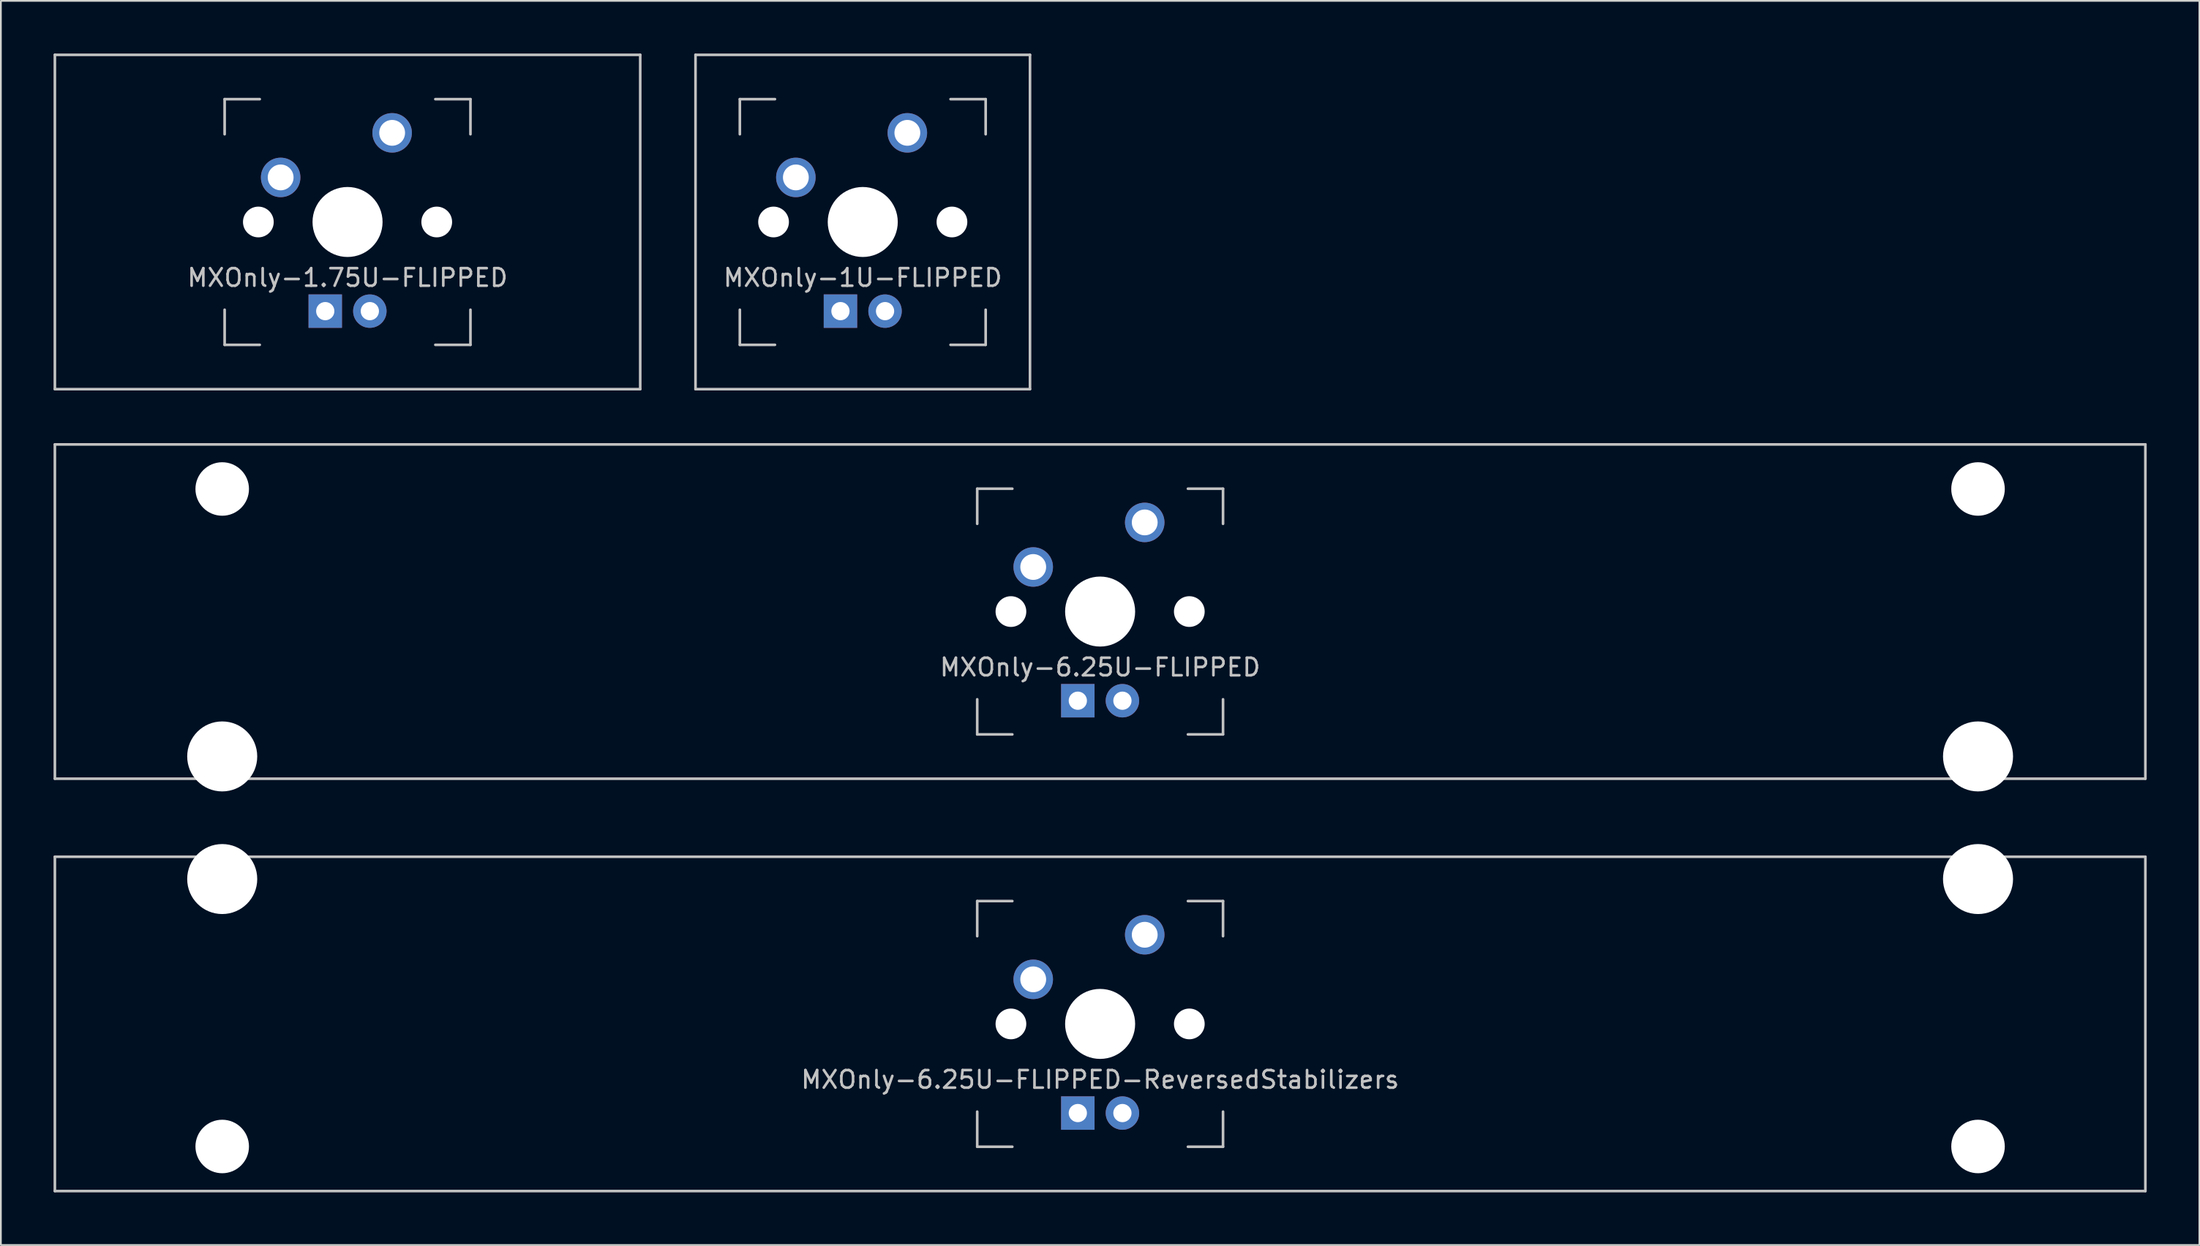
<source format=kicad_pcb>
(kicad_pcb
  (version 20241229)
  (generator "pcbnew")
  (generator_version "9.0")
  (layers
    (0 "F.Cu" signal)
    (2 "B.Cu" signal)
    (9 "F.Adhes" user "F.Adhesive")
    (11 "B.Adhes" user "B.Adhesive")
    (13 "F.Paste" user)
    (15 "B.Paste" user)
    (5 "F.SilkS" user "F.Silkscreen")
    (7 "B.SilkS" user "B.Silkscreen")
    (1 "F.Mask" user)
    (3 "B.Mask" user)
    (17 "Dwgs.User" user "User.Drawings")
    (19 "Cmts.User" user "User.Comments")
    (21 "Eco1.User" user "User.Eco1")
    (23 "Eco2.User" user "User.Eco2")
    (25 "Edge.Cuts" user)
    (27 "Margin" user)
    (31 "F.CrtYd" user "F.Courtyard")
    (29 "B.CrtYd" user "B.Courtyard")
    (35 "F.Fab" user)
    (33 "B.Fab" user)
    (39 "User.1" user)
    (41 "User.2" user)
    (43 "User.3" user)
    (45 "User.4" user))
  (footprint "MXOnly-1U-FLIPPED"
    (layer "F.Cu")
    (at 46.087 9.6)
    (property "Reference" "MXOnly-1U-FLIPPED" (at 0 3.175 0) (layer "Dwgs.User") (effects (font (size 1 1) (thickness 0.15))))
    (attr through_hole)
    (fp_line (start -9.525 -9.525) (end 9.525 -9.525) (stroke (width 0.15) (type solid)) (layer "Dwgs.User"))
    (fp_line (start -9.525 9.525) (end -9.525 -9.525) (stroke (width 0.15) (type solid)) (layer "Dwgs.User"))
    (fp_line (start -7 -7) (end -7 -5) (stroke (width 0.15) (type solid)) (layer "Dwgs.User"))
    (fp_line (start -7 5) (end -7 7) (stroke (width 0.15) (type solid)) (layer "Dwgs.User"))
    (fp_line (start -7 7) (end -5 7) (stroke (width 0.15) (type solid)) (layer "Dwgs.User"))
    (fp_line (start -5 -7) (end -7 -7) (stroke (width 0.15) (type solid)) (layer "Dwgs.User"))
    (fp_line (start 5 -7) (end 7 -7) (stroke (width 0.15) (type solid)) (layer "Dwgs.User"))
    (fp_line (start 5 7) (end 7 7) (stroke (width 0.15) (type solid)) (layer "Dwgs.User"))
    (fp_line (start 7 -7) (end 7 -5) (stroke (width 0.15) (type solid)) (layer "Dwgs.User"))
    (fp_line (start 7 7) (end 7 5) (stroke (width 0.15) (type solid)) (layer "Dwgs.User"))
    (fp_line (start 9.525 -9.525) (end 9.525 9.525) (stroke (width 0.15) (type solid)) (layer "Dwgs.User"))
    (fp_line (start 9.525 9.525) (end -9.525 9.525) (stroke (width 0.15) (type solid)) (layer "Dwgs.User"))
    (pad "" np_thru_hole circle (at -5.08 0 48.1) (size 1.75 1.75) (drill 1.75) (layers "*.Cu" "*.Mask"))
    (pad "" np_thru_hole circle (at 0 0) (size 3.988 3.988) (drill 3.988) (layers "*.Cu" "*.Mask"))
    (pad "" np_thru_hole circle (at 5.08 0 48.1) (size 1.75 1.75) (drill 1.75) (layers "*.Cu" "*.Mask"))
    (pad "1" thru_hole circle (at -3.81 -2.54) (size 2.25 2.25) (drill 1.47) (layers "*.Cu" "B.Mask"))
    (pad "2" thru_hole circle (at 2.54 -5.08) (size 2.25 2.25) (drill 1.47) (layers "*.Cu" "B.Mask"))
    (pad "3" thru_hole circle (at 1.27 5.08) (size 1.905 1.905) (drill 1.04) (layers "*.Cu" "B.Mask"))
    (pad "4" thru_hole rect (at -1.27 5.08) (size 1.905 1.905) (drill 1.04) (layers "*.Cu" "B.Mask")))
  (footprint "MXOnly-1.75U-FLIPPED"
    (layer "F.Cu")
    (at 16.744 9.6)
    (property "Reference" "MXOnly-1.75U-FLIPPED" (at 0 3.175 0) (layer "Dwgs.User") (effects (font (size 1 1) (thickness 0.15))))
    (attr through_hole)
    (fp_line (start -16.669 -9.525) (end 16.669 -9.525) (stroke (width 0.15) (type solid)) (layer "Dwgs.User"))
    (fp_line (start -16.669 9.525) (end -16.669 -9.525) (stroke (width 0.15) (type solid)) (layer "Dwgs.User"))
    (fp_line (start -16.669 9.525) (end 16.669 9.525) (stroke (width 0.15) (type solid)) (layer "Dwgs.User"))
    (fp_line (start -7 -7) (end -7 -5) (stroke (width 0.15) (type solid)) (layer "Dwgs.User"))
    (fp_line (start -7 5) (end -7 7) (stroke (width 0.15) (type solid)) (layer "Dwgs.User"))
    (fp_line (start -7 7) (end -5 7) (stroke (width 0.15) (type solid)) (layer "Dwgs.User"))
    (fp_line (start -5 -7) (end -7 -7) (stroke (width 0.15) (type solid)) (layer "Dwgs.User"))
    (fp_line (start 5 -7) (end 7 -7) (stroke (width 0.15) (type solid)) (layer "Dwgs.User"))
    (fp_line (start 5 7) (end 7 7) (stroke (width 0.15) (type solid)) (layer "Dwgs.User"))
    (fp_line (start 7 -7) (end 7 -5) (stroke (width 0.15) (type solid)) (layer "Dwgs.User"))
    (fp_line (start 7 7) (end 7 5) (stroke (width 0.15) (type solid)) (layer "Dwgs.User"))
    (fp_line (start 16.669 -9.525) (end 16.669 9.525) (stroke (width 0.15) (type solid)) (layer "Dwgs.User"))
    (pad "" np_thru_hole circle (at -5.08 0 48.1) (size 1.75 1.75) (drill 1.75) (layers "*.Cu" "*.Mask"))
    (pad "" np_thru_hole circle (at 0 0) (size 3.988 3.988) (drill 3.988) (layers "*.Cu" "*.Mask"))
    (pad "" np_thru_hole circle (at 5.08 0 48.1) (size 1.75 1.75) (drill 1.75) (layers "*.Cu" "*.Mask"))
    (pad "1" thru_hole circle (at -3.81 -2.54) (size 2.25 2.25) (drill 1.47) (layers "*.Cu" "B.Mask"))
    (pad "2" thru_hole circle (at 2.54 -5.08) (size 2.25 2.25) (drill 1.47) (layers "*.Cu" "B.Mask"))
    (pad "3" thru_hole circle (at 1.27 5.08) (size 1.905 1.905) (drill 1.04) (layers "*.Cu" "B.Mask"))
    (pad "4" thru_hole rect (at -1.27 5.08) (size 1.905 1.905) (drill 1.04) (layers "*.Cu" "B.Mask")))
  (footprint "MXOnly-6.25U-FLIPPED"
    (layer "F.Cu")
    (at 59.606 31.8)
    (property "Reference" "MXOnly-6.25U-FLIPPED" (at 0 3.175 0) (layer "Dwgs.User") (effects (font (size 1 1) (thickness 0.15))))
    (attr through_hole)
    (fp_line (start -59.531 -9.525) (end 59.531 -9.525) (stroke (width 0.15) (type solid)) (layer "Dwgs.User"))
    (fp_line (start -59.531 9.525) (end -59.531 -9.525) (stroke (width 0.15) (type solid)) (layer "Dwgs.User"))
    (fp_line (start -59.531 9.525) (end 59.531 9.525) (stroke (width 0.15) (type solid)) (layer "Dwgs.User"))
    (fp_line (start -7 -7) (end -7 -5) (stroke (width 0.15) (type solid)) (layer "Dwgs.User"))
    (fp_line (start -7 5) (end -7 7) (stroke (width 0.15) (type solid)) (layer "Dwgs.User"))
    (fp_line (start -7 7) (end -5 7) (stroke (width 0.15) (type solid)) (layer "Dwgs.User"))
    (fp_line (start -5 -7) (end -7 -7) (stroke (width 0.15) (type solid)) (layer "Dwgs.User"))
    (fp_line (start 5 -7) (end 7 -7) (stroke (width 0.15) (type solid)) (layer "Dwgs.User"))
    (fp_line (start 5 7) (end 7 7) (stroke (width 0.15) (type solid)) (layer "Dwgs.User"))
    (fp_line (start 7 -7) (end 7 -5) (stroke (width 0.15) (type solid)) (layer "Dwgs.User"))
    (fp_line (start 7 7) (end 7 5) (stroke (width 0.15) (type solid)) (layer "Dwgs.User"))
    (fp_line (start 59.531 -9.525) (end 59.531 9.525) (stroke (width 0.15) (type solid)) (layer "Dwgs.User"))
    (pad "" np_thru_hole circle (at -50 -6.985) (size 3.048 3.048) (drill 3.048) (layers "*.Cu" "*.Mask"))
    (pad "" np_thru_hole circle (at -50 8.255) (size 3.988 3.988) (drill 3.988) (layers "*.Cu" "*.Mask"))
    (pad "" np_thru_hole circle (at -5.08 0 48.1) (size 1.75 1.75) (drill 1.75) (layers "*.Cu" "*.Mask"))
    (pad "" np_thru_hole circle (at 0 0) (size 3.988 3.988) (drill 3.988) (layers "*.Cu" "*.Mask"))
    (pad "" np_thru_hole circle (at 5.08 0 48.1) (size 1.75 1.75) (drill 1.75) (layers "*.Cu" "*.Mask"))
    (pad "" np_thru_hole circle (at 50 -6.985) (size 3.048 3.048) (drill 3.048) (layers "*.Cu" "*.Mask"))
    (pad "" np_thru_hole circle (at 50 8.255) (size 3.988 3.988) (drill 3.988) (layers "*.Cu" "*.Mask"))
    (pad "1" thru_hole circle (at -3.81 -2.54) (size 2.25 2.25) (drill 1.47) (layers "*.Cu" "B.Mask"))
    (pad "2" thru_hole circle (at 2.54 -5.08) (size 2.25 2.25) (drill 1.47) (layers "*.Cu" "B.Mask"))
    (pad "3" thru_hole circle (at 1.27 5.08) (size 1.905 1.905) (drill 1.04) (layers "*.Cu" "B.Mask"))
    (pad "4" thru_hole rect (at -1.27 5.08) (size 1.905 1.905) (drill 1.04) (layers "*.Cu" "B.Mask")))
  (footprint "MXOnly-6.25U-FLIPPED-ReversedStabilizers"
    (layer "F.Cu")
    (at 59.606 55.298)
    (property "Reference" "MXOnly-6.25U-FLIPPED-ReversedStabilizers" (at 0 3.175 0) (layer "Dwgs.User") (effects (font (size 1 1) (thickness 0.15))))
    (attr through_hole)
    (fp_line (start -59.531 -9.525) (end 59.531 -9.525) (stroke (width 0.15) (type solid)) (layer "Dwgs.User"))
    (fp_line (start -59.531 9.525) (end -59.531 -9.525) (stroke (width 0.15) (type solid)) (layer "Dwgs.User"))
    (fp_line (start -59.531 9.525) (end 59.531 9.525) (stroke (width 0.15) (type solid)) (layer "Dwgs.User"))
    (fp_line (start -7 -7) (end -7 -5) (stroke (width 0.15) (type solid)) (layer "Dwgs.User"))
    (fp_line (start -7 5) (end -7 7) (stroke (width 0.15) (type solid)) (layer "Dwgs.User"))
    (fp_line (start -7 7) (end -5 7) (stroke (width 0.15) (type solid)) (layer "Dwgs.User"))
    (fp_line (start -5 -7) (end -7 -7) (stroke (width 0.15) (type solid)) (layer "Dwgs.User"))
    (fp_line (start 5 -7) (end 7 -7) (stroke (width 0.15) (type solid)) (layer "Dwgs.User"))
    (fp_line (start 5 7) (end 7 7) (stroke (width 0.15) (type solid)) (layer "Dwgs.User"))
    (fp_line (start 7 -7) (end 7 -5) (stroke (width 0.15) (type solid)) (layer "Dwgs.User"))
    (fp_line (start 7 7) (end 7 5) (stroke (width 0.15) (type solid)) (layer "Dwgs.User"))
    (fp_line (start 59.531 -9.525) (end 59.531 9.525) (stroke (width 0.15) (type solid)) (layer "Dwgs.User"))
    (pad "" np_thru_hole circle (at -50 -8.255) (size 3.988 3.988) (drill 3.988) (layers "*.Cu" "*.Mask"))
    (pad "" np_thru_hole circle (at -50 6.985) (size 3.048 3.048) (drill 3.048) (layers "*.Cu" "*.Mask"))
    (pad "" np_thru_hole circle (at -5.08 0 48.1) (size 1.75 1.75) (drill 1.75) (layers "*.Cu" "*.Mask"))
    (pad "" np_thru_hole circle (at 0 0) (size 3.988 3.988) (drill 3.988) (layers "*.Cu" "*.Mask"))
    (pad "" np_thru_hole circle (at 5.08 0 48.1) (size 1.75 1.75) (drill 1.75) (layers "*.Cu" "*.Mask"))
    (pad "" np_thru_hole circle (at 50 -8.255) (size 3.988 3.988) (drill 3.988) (layers "*.Cu" "*.Mask"))
    (pad "" np_thru_hole circle (at 50 6.985) (size 3.048 3.048) (drill 3.048) (layers "*.Cu" "*.Mask"))
    (pad "1" thru_hole circle (at -3.81 -2.54) (size 2.25 2.25) (drill 1.47) (layers "*.Cu" "B.Mask"))
    (pad "2" thru_hole circle (at 2.54 -5.08) (size 2.25 2.25) (drill 1.47) (layers "*.Cu" "B.Mask"))
    (pad "3" thru_hole circle (at 1.27 5.08) (size 1.905 1.905) (drill 1.04) (layers "*.Cu" "B.Mask"))
    (pad "4" thru_hole rect (at -1.27 5.08) (size 1.905 1.905) (drill 1.04) (layers "*.Cu" "B.Mask")))
  (gr_rect
    (start -3 -3)
    (end 122.213 67.898)
    (stroke (width 0.1) (type default))
    (fill no)
    (layer "Edge.Cuts")))
</source>
